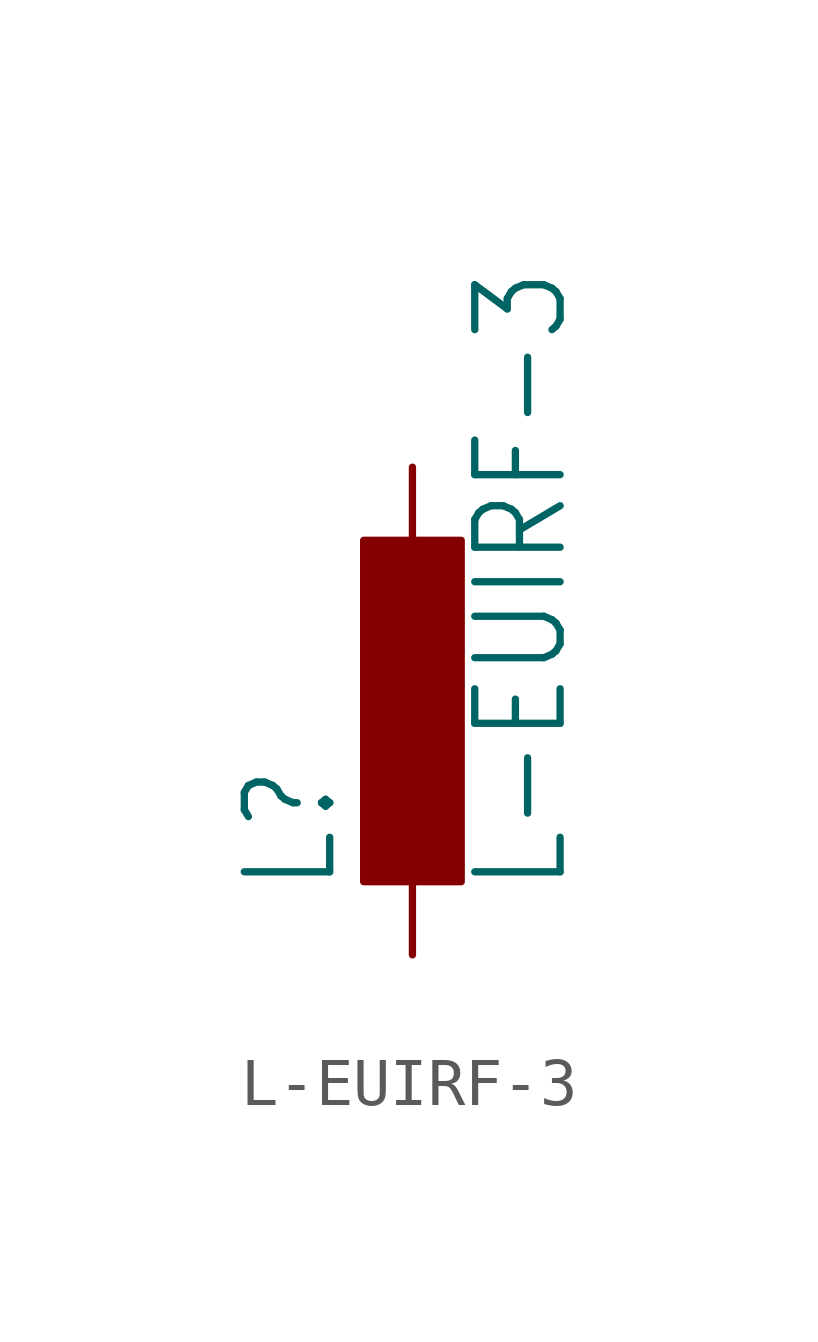
<source format=kicad_sym>
(kicad_symbol_lib
  (version 20211014)
  (generator kicad_symbol_editor)
  (symbol "L-EUIRF-3"
    (property "Reference" "L"
      (at -1.499 -3.81 90)
      (effects (font (size 1.778 1.511)) (justify left bottom)))
    (property "Value" "L-EUIRF-3"
      (at 3.302 -3.81 90)
      (effects (font (size 1.778 1.511)) (justify left bottom)))
    (property "ki_locked" ""
      (at 0 0 0)
      (effects (font (size 1.27 1.27))))
    (symbol "L-EUIRF-3_1_0"
      (rectangle (start -1.016 -3.556) (end 1.016 3.556) (stroke (width 0) (type default) (color 0 0 0 0)) (fill (type outline)))
      (pin passive line (at 0 5.08 270) (length 2.54) (name "1" (effects (font (size 0 0)))) (number "1" (effects (font (size 0 0)))))
      (pin passive line (at 0 -5.08 90) (length 2.54) (name "2" (effects (font (size 0 0)))) (number "2" (effects (font (size 0 0))))))))
</source>
